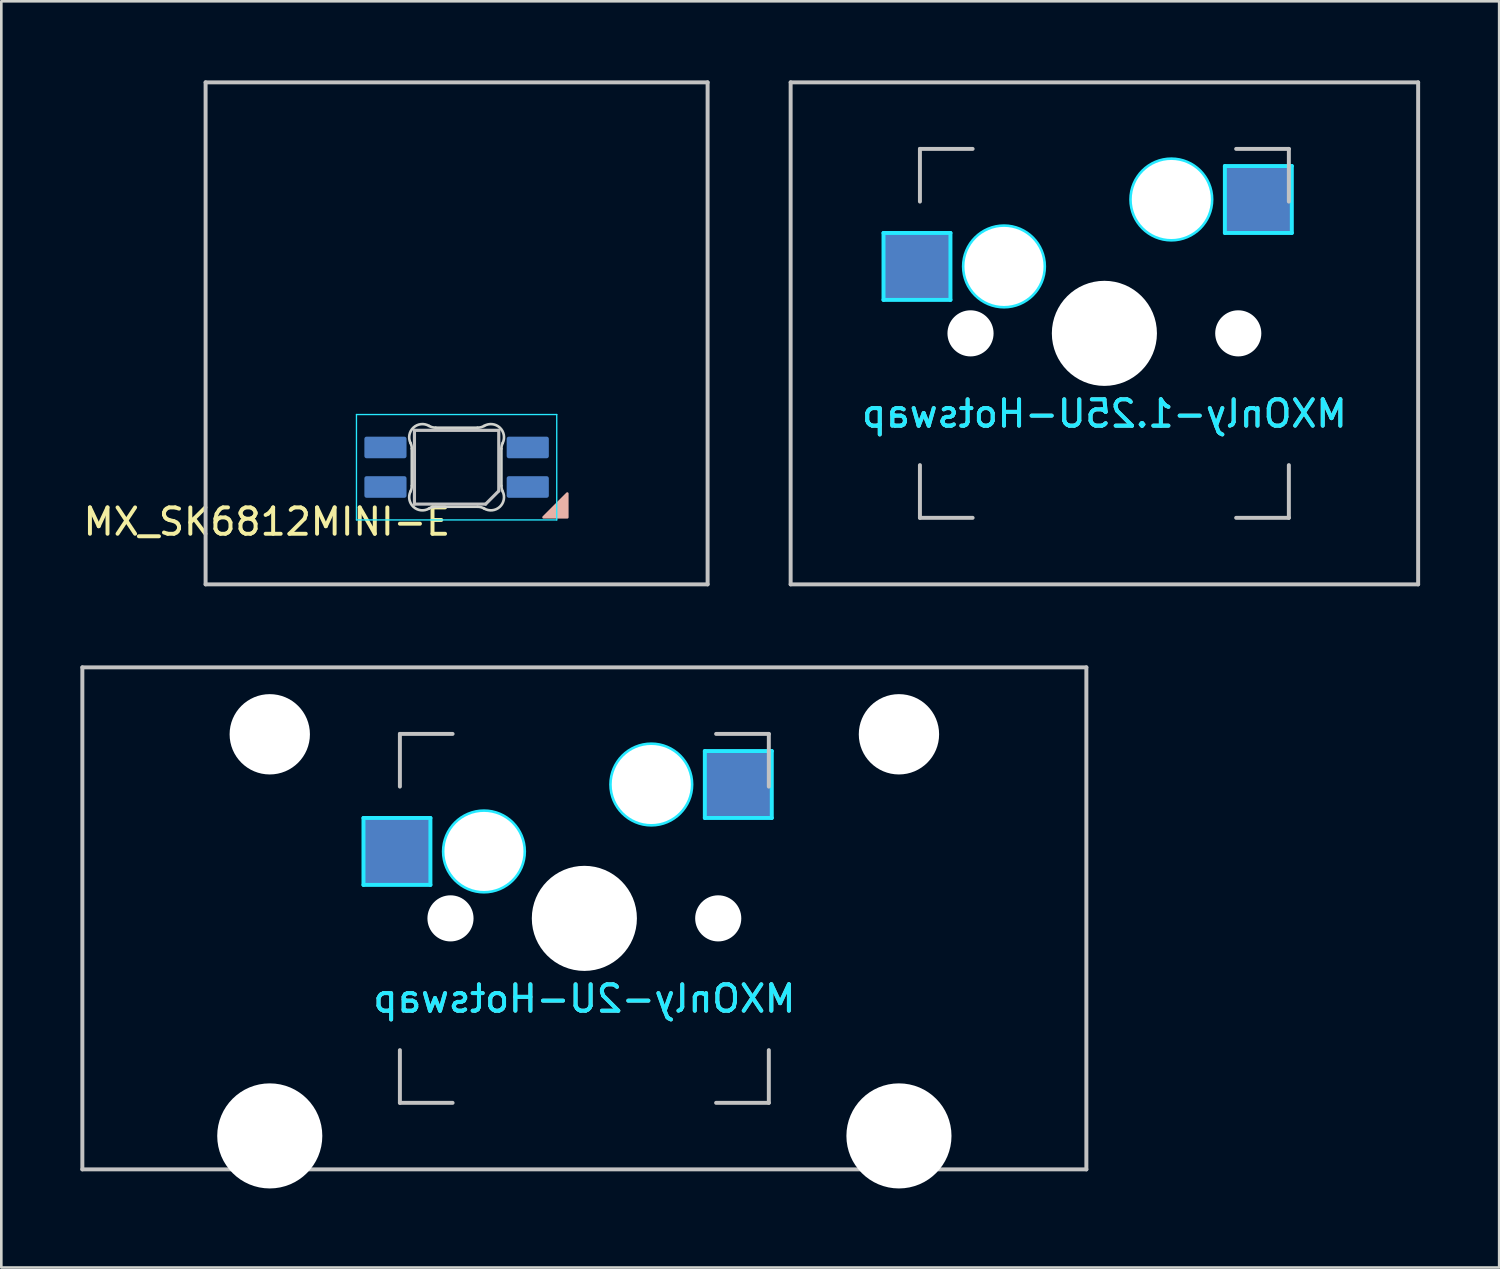
<source format=kicad_pcb>
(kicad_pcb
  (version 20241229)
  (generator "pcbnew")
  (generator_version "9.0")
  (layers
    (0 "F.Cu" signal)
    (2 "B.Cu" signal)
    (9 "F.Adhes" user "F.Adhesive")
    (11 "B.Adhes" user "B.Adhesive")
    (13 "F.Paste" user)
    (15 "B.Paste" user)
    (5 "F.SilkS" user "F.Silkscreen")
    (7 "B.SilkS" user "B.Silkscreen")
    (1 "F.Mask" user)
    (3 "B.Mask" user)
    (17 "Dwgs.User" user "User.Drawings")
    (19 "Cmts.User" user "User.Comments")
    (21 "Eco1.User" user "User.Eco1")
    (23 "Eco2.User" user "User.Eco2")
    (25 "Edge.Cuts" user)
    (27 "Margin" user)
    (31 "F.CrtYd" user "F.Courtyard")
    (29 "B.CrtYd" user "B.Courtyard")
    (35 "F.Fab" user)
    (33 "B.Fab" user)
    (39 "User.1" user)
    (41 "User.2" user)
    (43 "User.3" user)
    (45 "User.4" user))
  (footprint "MXOnly-2U-Hotswap"
    (layer "F.Cu")
    (at 19.125 31.8)
    (property "Reference" "MXOnly-2U-Hotswap" (at 0 3.048 0) (layer "B.CrtYd") (effects (font (size 1 1) (thickness 0.15)) (justify mirror)))
    (attr smd)
    (fp_line (start -19.05 -9.525) (end 19.05 -9.525) (stroke (width 0.15) (type solid)) (layer "Dwgs.User"))
    (fp_line (start -19.05 9.525) (end -19.05 -9.525) (stroke (width 0.15) (type solid)) (layer "Dwgs.User"))
    (fp_line (start -7 -7) (end -7 -5) (stroke (width 0.15) (type solid)) (layer "Dwgs.User"))
    (fp_line (start -7 5) (end -7 7) (stroke (width 0.15) (type solid)) (layer "Dwgs.User"))
    (fp_line (start -7 7) (end -5 7) (stroke (width 0.15) (type solid)) (layer "Dwgs.User"))
    (fp_line (start -5 -7) (end -7 -7) (stroke (width 0.15) (type solid)) (layer "Dwgs.User"))
    (fp_line (start 5 -7) (end 7 -7) (stroke (width 0.15) (type solid)) (layer "Dwgs.User"))
    (fp_line (start 5 7) (end 7 7) (stroke (width 0.15) (type solid)) (layer "Dwgs.User"))
    (fp_line (start 7 -7) (end 7 -5) (stroke (width 0.15) (type solid)) (layer "Dwgs.User"))
    (fp_line (start 7 7) (end 7 5) (stroke (width 0.15) (type solid)) (layer "Dwgs.User"))
    (fp_line (start 19.05 -9.525) (end 19.05 9.525) (stroke (width 0.15) (type solid)) (layer "Dwgs.User"))
    (fp_line (start 19.05 9.525) (end -19.05 9.525) (stroke (width 0.15) (type solid)) (layer "Dwgs.User"))
    (fp_line (start -8.382 -3.81) (end -5.842 -3.81) (stroke (width 0.15) (type solid)) (layer "B.CrtYd"))
    (fp_line (start -8.382 -1.27) (end -8.382 -3.81) (stroke (width 0.15) (type solid)) (layer "B.CrtYd"))
    (fp_line (start -5.842 -3.81) (end -5.842 -1.27) (stroke (width 0.15) (type solid)) (layer "B.CrtYd"))
    (fp_line (start -5.842 -1.27) (end -8.382 -1.27) (stroke (width 0.15) (type solid)) (layer "B.CrtYd"))
    (fp_line (start 4.572 -6.35) (end 7.112 -6.35) (stroke (width 0.15) (type solid)) (layer "B.CrtYd"))
    (fp_line (start 4.572 -3.81) (end 4.572 -6.35) (stroke (width 0.15) (type solid)) (layer "B.CrtYd"))
    (fp_line (start 7.112 -6.35) (end 7.112 -3.81) (stroke (width 0.15) (type solid)) (layer "B.CrtYd"))
    (fp_line (start 7.112 -3.81) (end 4.572 -3.81) (stroke (width 0.15) (type solid)) (layer "B.CrtYd"))
    (fp_circle (center -3.81 -2.54) (end -3.81 -4.064) (stroke (width 0.15) (type solid)) (fill no) (layer "B.CrtYd"))
    (fp_circle (center 2.54 -5.08) (end 2.54 -6.604) (stroke (width 0.15) (type solid)) (fill no) (layer "B.CrtYd"))
    (fp_text user "${REFERENCE}" (at 0 3.048 0) (layer "B.SilkS") (effects (font (size 1 1) (thickness 0.15)) (justify mirror)))
    (pad "" np_thru_hole circle (at -11.938 -6.985) (size 3.048 3.048) (drill 3.048) (layers "*.Cu" "*.Mask"))
    (pad "" np_thru_hole circle (at -11.938 8.255) (size 3.988 3.988) (drill 3.988) (layers "*.Cu" "*.Mask"))
    (pad "" np_thru_hole circle (at -5.08 0 48.1) (size 1.75 1.75) (drill 1.75) (layers "*.Cu" "*.Mask"))
    (pad "" np_thru_hole circle (at -3.81 -2.54) (size 3 3) (drill 3) (layers "*.Cu" "*.Mask"))
    (pad "" np_thru_hole circle (at 0 0) (size 3.988 3.988) (drill 3.988) (layers "*.Cu" "*.Mask"))
    (pad "" np_thru_hole circle (at 2.54 -5.08) (size 3 3) (drill 3) (layers "*.Cu" "*.Mask"))
    (pad "" np_thru_hole circle (at 5.08 0 48.1) (size 1.75 1.75) (drill 1.75) (layers "*.Cu" "*.Mask"))
    (pad "" np_thru_hole circle (at 11.938 -6.985) (size 3.048 3.048) (drill 3.048) (layers "*.Cu" "*.Mask"))
    (pad "" np_thru_hole circle (at 11.938 8.255) (size 3.988 3.988) (drill 3.988) (layers "*.Cu" "*.Mask"))
    (pad "1" smd rect (at -7.085 -2.54) (size 2.55 2.5) (layers "B.Cu" "B.Mask" "B.Paste"))
    (pad "2" smd rect (at 5.842 -5.08) (size 2.55 2.5) (layers "B.Cu" "B.Mask" "B.Paste")))
  (footprint "MXOnly-1.25U-Hotswap"
    (layer "F.Cu")
    (at 38.859 9.6)
    (property "Reference" "MXOnly-1.25U-Hotswap" (at 0 3.048 0) (layer "B.CrtYd") (effects (font (size 1 1) (thickness 0.15)) (justify mirror)))
    (attr smd)
    (fp_line (start -11.906 -9.525) (end 11.906 -9.525) (stroke (width 0.15) (type solid)) (layer "Dwgs.User"))
    (fp_line (start -11.906 9.525) (end -11.906 -9.525) (stroke (width 0.15) (type solid)) (layer "Dwgs.User"))
    (fp_line (start -7 -7) (end -7 -5) (stroke (width 0.15) (type solid)) (layer "Dwgs.User"))
    (fp_line (start -7 5) (end -7 7) (stroke (width 0.15) (type solid)) (layer "Dwgs.User"))
    (fp_line (start -7 7) (end -5 7) (stroke (width 0.15) (type solid)) (layer "Dwgs.User"))
    (fp_line (start -5 -7) (end -7 -7) (stroke (width 0.15) (type solid)) (layer "Dwgs.User"))
    (fp_line (start 5 -7) (end 7 -7) (stroke (width 0.15) (type solid)) (layer "Dwgs.User"))
    (fp_line (start 5 7) (end 7 7) (stroke (width 0.15) (type solid)) (layer "Dwgs.User"))
    (fp_line (start 7 -7) (end 7 -5) (stroke (width 0.15) (type solid)) (layer "Dwgs.User"))
    (fp_line (start 7 7) (end 7 5) (stroke (width 0.15) (type solid)) (layer "Dwgs.User"))
    (fp_line (start 11.906 -9.525) (end 11.906 9.525) (stroke (width 0.15) (type solid)) (layer "Dwgs.User"))
    (fp_line (start 11.906 9.525) (end -11.906 9.525) (stroke (width 0.15) (type solid)) (layer "Dwgs.User"))
    (fp_line (start -8.382 -3.81) (end -5.842 -3.81) (stroke (width 0.15) (type solid)) (layer "B.CrtYd"))
    (fp_line (start -8.382 -1.27) (end -8.382 -3.81) (stroke (width 0.15) (type solid)) (layer "B.CrtYd"))
    (fp_line (start -5.842 -3.81) (end -5.842 -1.27) (stroke (width 0.15) (type solid)) (layer "B.CrtYd"))
    (fp_line (start -5.842 -1.27) (end -8.382 -1.27) (stroke (width 0.15) (type solid)) (layer "B.CrtYd"))
    (fp_line (start 4.572 -6.35) (end 7.112 -6.35) (stroke (width 0.15) (type solid)) (layer "B.CrtYd"))
    (fp_line (start 4.572 -3.81) (end 4.572 -6.35) (stroke (width 0.15) (type solid)) (layer "B.CrtYd"))
    (fp_line (start 7.112 -6.35) (end 7.112 -3.81) (stroke (width 0.15) (type solid)) (layer "B.CrtYd"))
    (fp_line (start 7.112 -3.81) (end 4.572 -3.81) (stroke (width 0.15) (type solid)) (layer "B.CrtYd"))
    (fp_circle (center -3.81 -2.54) (end -3.81 -4.064) (stroke (width 0.15) (type solid)) (fill no) (layer "B.CrtYd"))
    (fp_circle (center 2.54 -5.08) (end 2.54 -6.604) (stroke (width 0.15) (type solid)) (fill no) (layer "B.CrtYd"))
    (fp_text user "${REFERENCE}" (at 0 3.048 0) (layer "B.SilkS") (effects (font (size 1 1) (thickness 0.15)) (justify mirror)))
    (pad "" np_thru_hole circle (at -5.08 0 48.1) (size 1.75 1.75) (drill 1.75) (layers "*.Cu" "*.Mask"))
    (pad "" np_thru_hole circle (at -3.81 -2.54) (size 3 3) (drill 3) (layers "*.Cu" "*.Mask"))
    (pad "" np_thru_hole circle (at 0 0) (size 3.988 3.988) (drill 3.988) (layers "*.Cu" "*.Mask"))
    (pad "" np_thru_hole circle (at 2.54 -5.08) (size 3 3) (drill 3) (layers "*.Cu" "*.Mask"))
    (pad "" np_thru_hole circle (at 5.08 0 48.1) (size 1.75 1.75) (drill 1.75) (layers "*.Cu" "*.Mask"))
    (pad "1" smd rect (at -7.085 -2.54) (size 2.55 2.5) (layers "B.Cu" "B.Mask" "B.Paste"))
    (pad "2" smd rect (at 5.842 -5.08) (size 2.55 2.5) (layers "B.Cu" "B.Mask" "B.Paste")))
  (footprint "MX_SK6812MINI-E"
    (layer "F.Cu")
    (at 14.277 9.6)
    (property "Reference" "MX_SK6812MINI-E" (at -7.2 7.15 0) (layer "F.SilkS") (effects (font (size 1 1) (thickness 0.15))))
    (attr through_hole)
    (fp_poly (pts (xy 4.2 6.08) (xy 3.3 6.98) (xy 4.2 6.98)) (stroke (width 0.1) (type solid)) (fill yes) (layer "B.SilkS"))
    (fp_line (start -9.525 -9.525) (end 9.525 -9.525) (stroke (width 0.15) (type solid)) (layer "Dwgs.User"))
    (fp_line (start -9.525 9.525) (end -9.525 -9.525) (stroke (width 0.15) (type solid)) (layer "Dwgs.User"))
    (fp_line (start -1.6 3.68) (end -1.6 6.48) (stroke (width 0.12) (type solid)) (layer "Dwgs.User"))
    (fp_line (start -1.6 6.48) (end 1.1 6.48) (stroke (width 0.12) (type solid)) (layer "Dwgs.User"))
    (fp_line (start 1.6 3.68) (end -1.6 3.68) (stroke (width 0.12) (type solid)) (layer "Dwgs.User"))
    (fp_line (start 1.6 5.98) (end 1.1 6.48) (stroke (width 0.12) (type solid)) (layer "Dwgs.User"))
    (fp_line (start 1.6 5.98) (end 1.6 3.68) (stroke (width 0.12) (type solid)) (layer "Dwgs.User"))
    (fp_line (start 9.525 -9.525) (end 9.525 9.525) (stroke (width 0.15) (type solid)) (layer "Dwgs.User"))
    (fp_line (start 9.525 9.525) (end -9.525 9.525) (stroke (width 0.15) (type solid)) (layer "Dwgs.User"))
    (fp_line (start -1.7 5.783) (end -1.7 4.377) (stroke (width 0.1) (type solid)) (layer "Edge.Cuts"))
    (fp_line (start -0.794 3.58) (end 0.794 3.58) (stroke (width 0.1) (type solid)) (layer "Edge.Cuts"))
    (fp_line (start 0.794 6.58) (end -0.794 6.58) (stroke (width 0.1) (type solid)) (layer "Edge.Cuts"))
    (fp_line (start 1.7 4.377) (end 1.7 5.783) (stroke (width 0.1) (type solid)) (layer "Edge.Cuts"))
    (fp_arc (start -1.749484 4.160279) (mid -1.712527 4.265931) (end -1.699999 4.377157) (stroke (width 0.1) (type solid)) (layer "Edge.Cuts"))
    (fp_arc (start -1.749484 4.160279) (mid -1.638071 3.575964) (end -1.046711 3.5117) (stroke (width 0.1) (type solid)) (layer "Edge.Cuts"))
    (fp_arc (start -1.699999 5.782842) (mid -1.712527 5.894067) (end -1.749484 5.999719) (stroke (width 0.1) (type solid)) (layer "Edge.Cuts"))
    (fp_arc (start -1.046711 6.648296) (mid -1.63807 6.584033) (end -1.749484 5.999719) (stroke (width 0.1) (type solid)) (layer "Edge.Cuts"))
    (fp_arc (start -1.04671 6.648298) (mid -0.925122 6.597376) (end -0.794452 6.579999) (stroke (width 0.1) (type solid)) (layer "Edge.Cuts"))
    (fp_arc (start -0.794453 3.579999) (mid -0.925123 3.562622) (end -1.046711 3.5117) (stroke (width 0.1) (type solid)) (layer "Edge.Cuts"))
    (fp_arc (start 0.794452 6.579999) (mid 0.925123 6.597376) (end 1.046711 6.648298) (stroke (width 0.1) (type solid)) (layer "Edge.Cuts"))
    (fp_arc (start 1.046711 3.511701) (mid 0.925123 3.562623) (end 0.794453 3.58) (stroke (width 0.1) (type solid)) (layer "Edge.Cuts"))
    (fp_arc (start 1.046711 3.511701) (mid 1.638071 3.575965) (end 1.749484 4.160279) (stroke (width 0.1) (type solid)) (layer "Edge.Cuts"))
    (fp_arc (start 1.699999 4.377156) (mid 1.712527 4.265931) (end 1.749484 4.160279) (stroke (width 0.1) (type solid)) (layer "Edge.Cuts"))
    (fp_arc (start 1.749484 5.999718) (mid 1.638072 6.584034) (end 1.046711 6.648298) (stroke (width 0.1) (type solid)) (layer "Edge.Cuts"))
    (fp_arc (start 1.749484 5.999719) (mid 1.712527 5.894067) (end 1.699999 5.782841) (stroke (width 0.1) (type solid)) (layer "Edge.Cuts"))
    (fp_line (start -3.8 3.08) (end -3.8 7.08) (stroke (width 0.05) (type solid)) (layer "B.CrtYd"))
    (fp_line (start -3.8 7.08) (end 3.8 7.08) (stroke (width 0.05) (type solid)) (layer "B.CrtYd"))
    (fp_line (start 3.8 3.08) (end -3.8 3.08) (stroke (width 0.05) (type solid)) (layer "B.CrtYd"))
    (fp_line (start 3.8 7.08) (end 3.8 3.08) (stroke (width 0.05) (type solid)) (layer "B.CrtYd"))
    (pad "1" smd roundrect (at -2.7 4.33 270) (size 0.82 1.6) (layers "B.Cu" "B.Mask" "B.Paste") (roundrect_rratio 0.1))
    (pad "2" smd roundrect (at -2.7 5.83 270) (size 0.82 1.6) (layers "B.Cu" "B.Mask" "B.Paste") (roundrect_rratio 0.1))
    (pad "3" smd roundrect (at 2.7 5.83 270) (size 0.82 1.6) (layers "B.Cu" "B.Mask" "B.Paste") (roundrect_rratio 0.1))
    (pad "4" smd roundrect (at 2.7 4.33 270) (size 0.82 1.6) (layers "B.Cu" "B.Mask" "B.Paste") (roundrect_rratio 0.1)))
  (gr_rect
    (start -3 -3)
    (end 53.84 45.049)
    (stroke (width 0.1) (type default))
    (fill no)
    (layer "Edge.Cuts")))
</source>
